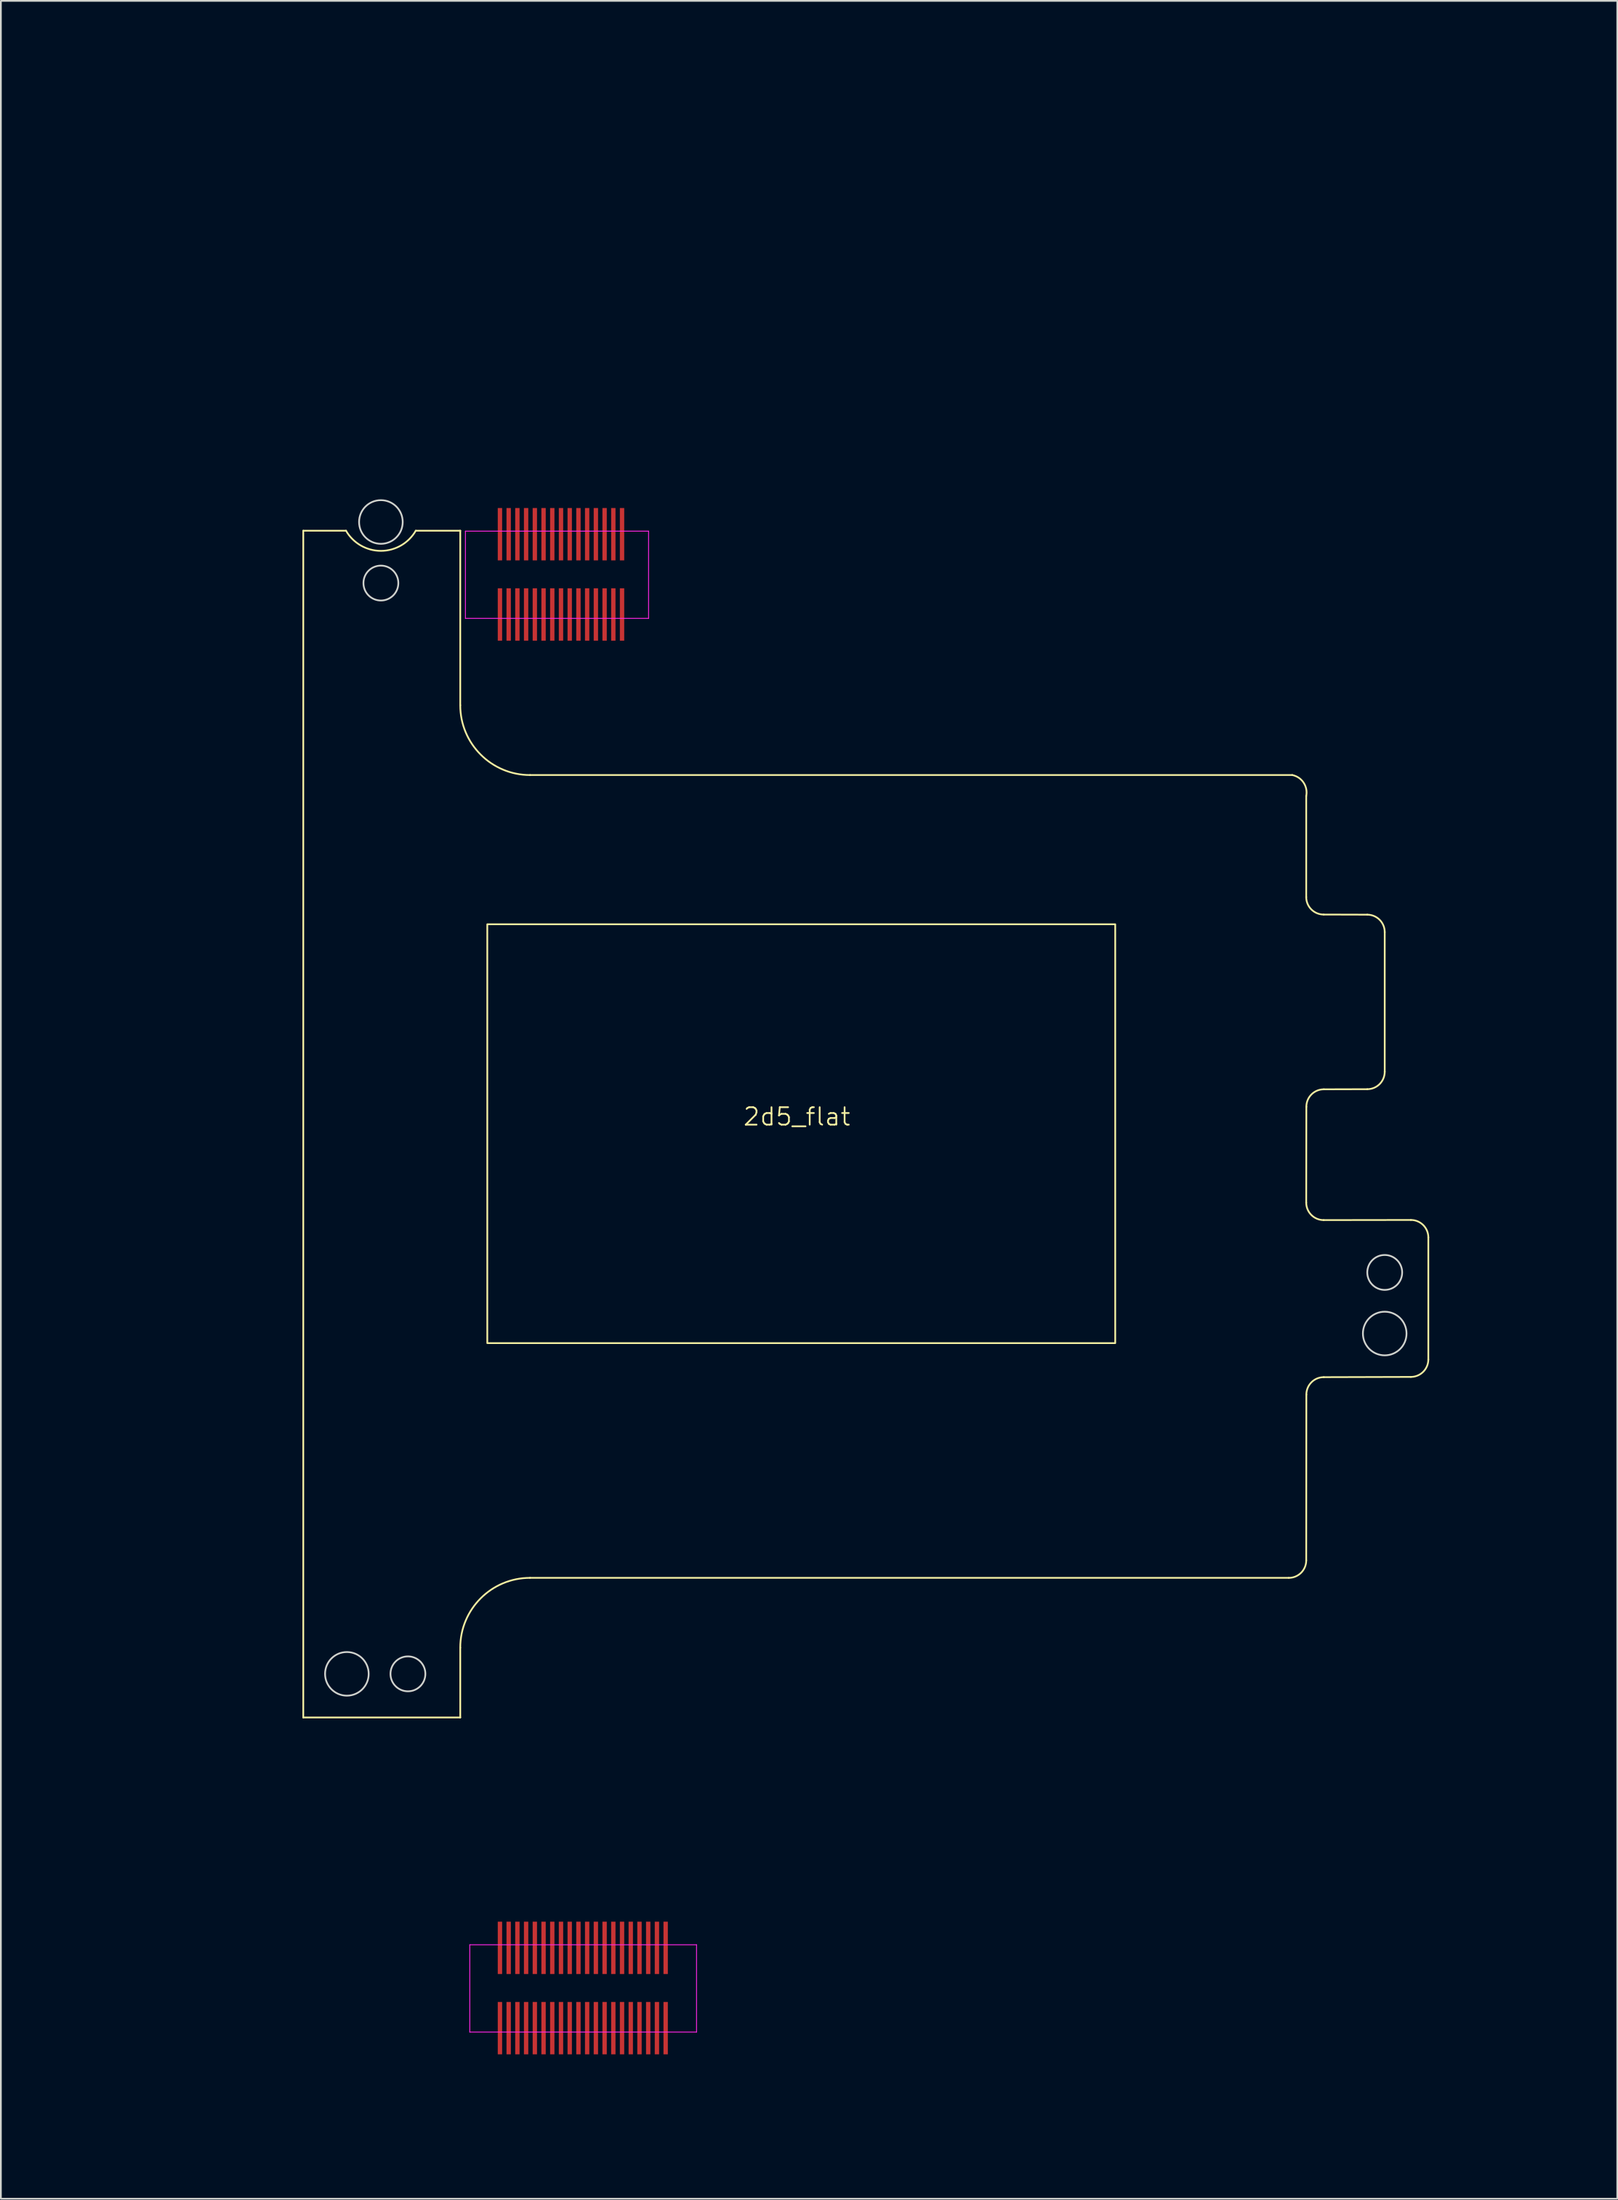
<source format=kicad_pcb>
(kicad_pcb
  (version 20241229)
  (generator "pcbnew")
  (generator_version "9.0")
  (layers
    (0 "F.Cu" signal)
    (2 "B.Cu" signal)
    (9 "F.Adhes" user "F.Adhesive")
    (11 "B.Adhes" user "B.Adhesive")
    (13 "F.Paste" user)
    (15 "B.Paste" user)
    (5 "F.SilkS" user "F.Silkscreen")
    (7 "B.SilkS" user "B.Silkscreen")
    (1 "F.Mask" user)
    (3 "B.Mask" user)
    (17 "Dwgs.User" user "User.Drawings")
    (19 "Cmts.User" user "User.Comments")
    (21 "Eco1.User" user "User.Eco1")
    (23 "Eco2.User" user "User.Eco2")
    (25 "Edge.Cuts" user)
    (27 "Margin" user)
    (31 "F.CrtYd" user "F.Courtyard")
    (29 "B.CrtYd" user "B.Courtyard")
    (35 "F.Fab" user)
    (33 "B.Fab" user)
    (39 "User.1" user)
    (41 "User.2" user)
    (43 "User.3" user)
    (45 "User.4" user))
  (footprint "2d5_flat"
    (layer "F.Cu")
    (at 42.883 61.883)
    (property "Reference" "2d5_flat" (at -0.25 -0.95 0) (unlocked yes) (layer "F.SilkS") (effects (font (size 1 1) (thickness 0.1))))
    (attr smd)
    (fp_line (start -28.546 -34.524) (end -26.096 -34.524) (stroke (width 0.1) (type default)) (layer "F.SilkS"))
    (fp_line (start -28.546 33.476) (end -28.546 -34.524) (stroke (width 0.1) (type default)) (layer "F.SilkS"))
    (fp_line (start -19.546 -34.524) (end -22.096 -34.524) (stroke (width 0.1) (type default)) (layer "F.SilkS"))
    (fp_line (start -19.546 -24.524) (end -19.546 -34.524) (stroke (width 0.1) (type default)) (layer "F.SilkS"))
    (fp_line (start -19.546 33.476) (end -28.546 33.476) (stroke (width 0.1) (type default)) (layer "F.SilkS"))
    (fp_line (start -19.546 33.476) (end -19.546 29.476) (stroke (width 0.1) (type default)) (layer "F.SilkS"))
    (fp_line (start -15.546 -20.524) (end 28.154 -20.524) (stroke (width 0.1) (type default)) (layer "F.SilkS"))
    (fp_line (start -15.546 25.476) (end 27.954 25.476) (stroke (width 0.1) (type default)) (layer "F.SilkS"))
    (fp_line (start 28.954 -19.324) (end 28.954 -13.531) (stroke (width 0.1) (type default)) (layer "F.SilkS"))
    (fp_line (start 28.961 14.976) (end 28.954 24.476) (stroke (width 0.1) (type default)) (layer "F.SilkS"))
    (fp_line (start 28.961 -1.517) (end 28.954 3.976) (stroke (width 0.1) (type default)) (layer "F.SilkS"))
    (fp_line (start 29.954 4.976) (end 34.954 4.969) (stroke (width 0.1) (type default)) (layer "F.SilkS"))
    (fp_line (start 29.954 -12.531) (end 32.454 -12.524) (stroke (width 0.1) (type default)) (layer "F.SilkS"))
    (fp_line (start 32.454 -2.524) (end 29.961 -2.517) (stroke (width 0.1) (type default)) (layer "F.SilkS"))
    (fp_line (start 33.454 -11.524) (end 33.454 -3.524) (stroke (width 0.1) (type default)) (layer "F.SilkS"))
    (fp_line (start 34.954 13.962) (end 29.961 13.976) (stroke (width 0.1) (type default)) (layer "F.SilkS"))
    (fp_line (start 35.954 5.969) (end 35.954 12.962) (stroke (width 0.1) (type default)) (layer "F.SilkS"))
    (fp_rect (start -17.996 -11.974) (end 18.004 12.026) (stroke (width 0.1) (type default)) (fill no) (layer "F.SilkS"))
    (fp_arc (start -22.096322 -34.524111) (mid -24.096322 -33.36941) (end -26.096322 -34.524111) (stroke (width 0.1) (type default)) (layer "F.SilkS"))
    (fp_arc (start -19.546322 29.475889) (mid -18.374749 26.647462) (end -15.546322 25.475889) (stroke (width 0.1) (type default)) (layer "F.SilkS"))
    (fp_arc (start -15.546322 -20.524111) (mid -18.374749 -21.695684) (end -19.546322 -24.524111) (stroke (width 0.1) (type default)) (layer "F.SilkS"))
    (fp_arc (start 28.15368 -20.52411) (mid 28.802206 -20.089795) (end 28.953677 -19.324111) (stroke (width 0.1) (type default)) (layer "F.SilkS"))
    (fp_arc (start 28.953682 24.475889) (mid 28.660789 25.182997) (end 27.953682 25.475889) (stroke (width 0.1) (type default)) (layer "F.SilkS"))
    (fp_arc (start 28.960784 14.975889) (mid 29.253678 14.268784) (end 29.960784 13.975889) (stroke (width 0.1) (type default)) (layer "F.SilkS"))
    (fp_arc (start 28.960785 -1.517005) (mid 29.253677 -2.224113) (end 29.960785 -2.517005) (stroke (width 0.1) (type default)) (layer "F.SilkS"))
    (fp_arc (start 29.953677 4.975889) (mid 29.246571 4.682995) (end 28.953677 3.975889) (stroke (width 0.1) (type default)) (layer "F.SilkS"))
    (fp_arc (start 29.953678 -12.531218) (mid 29.246574 -12.824112) (end 28.953678 -13.531218) (stroke (width 0.1) (type default)) (layer "F.SilkS"))
    (fp_arc (start 32.453678 -12.524111) (mid 33.160785 -12.231218) (end 33.453678 -11.524111) (stroke (width 0.1) (type default)) (layer "F.SilkS"))
    (fp_arc (start 33.453678 -3.524111) (mid 33.160785 -2.817004) (end 32.453678 -2.524111) (stroke (width 0.1) (type default)) (layer "F.SilkS"))
    (fp_arc (start 34.953678 4.968781) (mid 35.660788 5.261674) (end 35.953678 5.968781) (stroke (width 0.1) (type default)) (layer "F.SilkS"))
    (fp_arc (start 35.953678 12.961676) (mid 35.660789 13.668791) (end 34.953678 13.961676) (stroke (width 0.1) (type default)) (layer "F.SilkS"))
    (fp_circle (center -26.046 30.976) (end -26.046 29.726) (stroke (width 0.1) (type default)) (fill no) (layer "Edge.Cuts"))
    (fp_circle (center -24.096 -35.024) (end -22.846 -35.024) (stroke (width 0.1) (type default)) (fill no) (layer "Edge.Cuts"))
    (fp_circle (center -24.096 -31.524) (end -23.096 -31.524) (stroke (width 0.1) (type default)) (fill no) (layer "Edge.Cuts"))
    (fp_circle (center -22.546 30.976) (end -22.546 29.976) (stroke (width 0.1) (type default)) (fill no) (layer "Edge.Cuts"))
    (fp_circle (center 33.454 7.976) (end 32.454 7.976) (stroke (width 0.1) (type default)) (fill no) (layer "Edge.Cuts"))
    (fp_circle (center 33.454 11.476) (end 32.204 11.476) (stroke (width 0.1) (type default)) (fill no) (layer "Edge.Cuts"))
    (fp_line (start -19.25 -29.5) (end -19.25 -34.5) (stroke (width 0.05) (type default)) (layer "F.CrtYd"))
    (fp_line (start -19 46.5) (end -19 51.5) (stroke (width 0.05) (type default)) (layer "F.CrtYd"))
    (fp_line (start -19 46.5) (end -6 46.5) (stroke (width 0.05) (type default)) (layer "F.CrtYd"))
    (fp_line (start -19 51.5) (end -6 51.5) (stroke (width 0.05) (type default)) (layer "F.CrtYd"))
    (fp_line (start -8.75 -34.5) (end -19.25 -34.5) (stroke (width 0.05) (type default)) (layer "F.CrtYd"))
    (fp_line (start -8.75 -34.5) (end -8.75 -29.5) (stroke (width 0.05) (type default)) (layer "F.CrtYd"))
    (fp_line (start -8.75 -29.5) (end -19.25 -29.5) (stroke (width 0.05) (type default)) (layer "F.CrtYd"))
    (fp_line (start -6 46.5) (end -6 51.5) (stroke (width 0.05) (type default)) (layer "F.CrtYd"))
    (dimension (type aligned) (layer "User.1") (pts (xy 76.328 87.359) (xy 76.328 75.859)) (height -4.1) (format (prefix "") (suffix "") (units 3) (units_format 1) (precision 4)) (style (thickness 0.1) (arrow_length 1.27) (text_position_mode 0) (arrow_direction outward) (extension_height 0.586) (extension_offset 0.5) (keep_text_aligned yes)) (gr_text "11.5000 mm" (at 71.078 81.609 90) (layer "User.1") (effects (font (size 1 1) (thickness 0.15)))))
    (dimension (type aligned) (layer "User.1") (pts (xy 76.328 53.961) (xy 71.828 53.961)) (height -0.4) (format (prefix "") (suffix "") (units 3) (units_format 1) (precision 4)) (style (thickness 0.1) (arrow_length 1.27) (text_position_mode 0) (arrow_direction outward) (extension_height 0.586) (extension_offset 0.5) (keep_text_aligned yes)) (gr_text "4.5000 mm" (at 74.078 53.211 0) (layer "User.1") (effects (font (size 1 1) (thickness 0.15)))))
    (dimension (type aligned) (layer "User.1") (pts (xy 23.337 34.959) (xy 14.337 34.959)) (height 0) (format (prefix "") (suffix "") (units 3) (units_format 1) (precision 4)) (style (thickness 0.1) (arrow_length 1.27) (text_position_mode 0) (arrow_direction outward) (extension_height 0.586) (extension_offset 10) (keep_text_aligned yes)) (gr_text "9.0000 mm" (at 18.837 33.809 0) (layer "User.1") (effects (font (size 1 1) (thickness 0.15)))))
    (dimension (type aligned) (layer "User.1") (pts (xy 76.328 75.859) (xy 76.328 66.859)) (height -4.091) (format (prefix "") (suffix "") (units 3) (units_format 1) (precision 4)) (style (thickness 0.1) (arrow_length 1.27) (text_position_mode 0) (arrow_direction outward) (extension_height 0.586) (extension_offset 0.5) (keep_text_aligned yes)) (gr_text "9.0000 mm" (at 71.087 71.359 90) (layer "User.1") (effects (font (size 1 1) (thickness 0.15)))))
    (dimension (type aligned) (layer "User.1") (pts (xy 14.337 91.759) (xy 16.837 91.759)) (height 11.124) (format (prefix "") (suffix "") (units 3) (units_format 1) (precision 4)) (style (thickness 0.1) (arrow_length 1.27) (text_position_mode 2) (arrow_direction outward) (extension_height 0.586) (extension_offset 0.5) (keep_text_aligned yes)) (gr_text "2.5000 mm" (at 8.883 102.883 0) (layer "User.1") (effects (font (size 1 1) (thickness 0.1)))))
    (dimension (type aligned) (layer "User.1") (pts (xy 14.337 90.059) (xy 23.337 90.059)) (height 0) (format (prefix "") (suffix "") (units 3) (units_format 1) (precision 4)) (style (thickness 0.1) (arrow_length 1.27) (text_position_mode 0) (arrow_direction outward) (extension_height 0.586) (extension_offset 10) (keep_text_aligned yes)) (gr_text "9.0000 mm" (at 18.837 88.909 0) (layer "User.1") (effects (font (size 1 1) (thickness 0.15)))))
    (dimension (type aligned) (layer "User.1") (pts (xy 21.887 95.359) (xy 21.887 92.859)) (height 7.8) (format (prefix "") (suffix "") (units 3) (units_format 1) (precision 4)) (style (thickness 0.1) (arrow_length 1.27) (text_position_mode 2) (arrow_direction outward) (extension_height 0.586) (extension_offset 0.5) (keep_text_aligned yes)) (gr_text "2.5000 mm" (at 31.383 94.109 90) (layer "User.1") (effects (font (size 1 1) (thickness 0.1)))))
    (dimension (type aligned) (layer "User.1") (pts (xy 29.637 110.859) (xy 29.637 87.359)) (height 17.1) (format (prefix "") (suffix "") (units 3) (units_format 1) (precision 4)) (style (thickness 0.1) (arrow_length 1.27) (text_position_mode 0) (arrow_direction outward) (extension_height 0.586) (extension_offset 0.5) (keep_text_aligned yes)) (gr_text "23.5000 mm" (at 45.637 99.109 90) (layer "User.1") (effects (font (size 1 1) (thickness 0.1)))))
    (dimension (type aligned) (layer "User.1") (pts (xy 29.637 29.859) (xy 29.637 110.859)) (height 5.796) (format (prefix "") (suffix "") (units 3) (units_format 1) (precision 4)) (style (thickness 0.1) (arrow_length 1.27) (text_position_mode 2) (arrow_direction outward) (extension_height 0.586) (extension_offset 0.5) (keep_text_aligned yes)) (gr_text "81.0000 mm" (at 23.383 65.383 90) (layer "User.1") (effects (font (size 1 1) (thickness 0.15)))))
    (dimension (type aligned) (layer "User.1") (pts (xy 29.637 29.859) (xy 29.637 41.359)) (height -11.9) (format (prefix "") (suffix "") (units 3) (units_format 1) (precision 4)) (style (thickness 0.1) (arrow_length 1.27) (text_position_mode 0) (arrow_direction outward) (extension_height 0.586) (extension_offset 0.5) (keep_text_aligned yes)) (gr_text "11.5000 mm" (at 40.437 35.609 90) (layer "User.1") (effects (font (size 1 1) (thickness 0.1)))))
    (dimension (type aligned) (layer "User.1") (pts (xy 36.187 41.359) (xy 36.187 27.359)) (height 1.981) (format (prefix "") (suffix "") (units 3) (units_format 1) (precision 4)) (style (thickness 0.1) (arrow_length 1.27) (text_position_mode 0) (arrow_direction outward) (extension_height 0.586) (extension_offset 0.5) (keep_text_aligned yes)) (gr_text "14.0000 mm" (at 37.019 34.359 90) (layer "User.1") (effects (font (size 1 1) (thickness 0.15)))))
    (dimension (type aligned) (layer "User.1") (pts (xy 36.187 27.359) (xy 36.187 49.859)) (height -10.3) (format (prefix "") (suffix "") (units 3) (units_format 1) (precision 4)) (style (thickness 0.1) (arrow_length 1.27) (text_position_mode 0) (arrow_direction outward) (extension_height 0.586) (extension_offset 0.5) (keep_text_aligned yes)) (gr_text "22.5000 mm" (at 45.387 38.609 90) (layer "User.1") (effects (font (size 1 1) (thickness 0.1)))))
    (dimension (type aligned) (layer "User.1") (pts (xy 25.337 108.559) (xy 14.337 108.559)) (height 91.8) (format (prefix "") (suffix "") (units 3) (units_format 1) (precision 4)) (style (thickness 0.1) (arrow_length 1.27) (text_position_mode 0) (arrow_direction outward) (extension_height 0.586) (extension_offset 0.5) (keep_text_aligned yes)) (gr_text "11.0000 mm" (at 19.837 15.609 0) (layer "User.1") (effects (font (size 1 1) (thickness 0.15)))))
    (dimension (type aligned) (layer "User.1") (pts (xy 24.887 60.859) (xy 42.887 60.859)) (height 6.8) (format (prefix "") (suffix "") (units 3) (units_format 1) (precision 4)) (style (thickness 0.1) (arrow_length 1.27) (text_position_mode 0) (arrow_direction outward) (extension_height 0.586) (extension_offset 0.5) (keep_text_aligned yes)) (gr_text "18.0000 mm" (at 33.887 66.509 0) (layer "User.1") (effects (font (size 1 1) (thickness 0.15)))))
    (dimension (type aligned) (layer "User.1") (pts (xy 18.437 87.359) (xy 18.437 95.359)) (height 8.304) (format (prefix "") (suffix "") (units 3) (units_format 1) (precision 4)) (style (thickness 0.1) (arrow_length 1.27) (text_position_mode 0) (arrow_direction outward) (extension_height 0.586) (extension_offset 0.5) (keep_text_aligned yes)) (gr_text "8.0000 mm" (at 8.983 91.359 90) (layer "User.1") (effects (font (size 1 1) (thickness 0.15)))))
    (dimension (type aligned) (layer "User.1") (pts (xy 36.737 49.909) (xy 36.737 61.909)) (height -15.4) (format (prefix "") (suffix "") (units 3) (units_format 1) (precision 4)) (style (thickness 0.1) (arrow_length 1.27) (text_position_mode 0) (arrow_direction outward) (extension_height 0.586) (extension_offset 0.5) (keep_text_aligned yes)) (gr_text "12.0000 mm" (at 50.987 55.909 90) (layer "User.1") (effects (font (size 1 1) (thickness 0.15)))))
    (dimension (type aligned) (layer "User.1") (pts (xy 14.337 35.509) (xy 18.787 35.509)) (height -11.626) (format (prefix "") (suffix "") (units 3) (units_format 1) (precision 4)) (style (thickness 0.1) (arrow_length 1.27) (text_position_mode 2) (arrow_direction outward) (extension_height 0.586) (extension_offset 0.5) (keep_text_aligned yes)) (gr_text "4.4500 mm" (at 9.383 23.883 0) (layer "User.1") (effects (font (size 1 1) (thickness 0.1)))))
    (dimension (type aligned) (layer "User.1") (pts (xy 16.337 27.359) (xy 16.337 30.359)) (height 7.971) (format (prefix "") (suffix "") (units 3) (units_format 1) (precision 4)) (style (thickness 0.1) (arrow_length 1.27) (text_position_mode 2) (arrow_direction outward) (extension_height 0.586) (extension_offset 0.5) (keep_text_aligned yes)) (gr_text "3.0000 mm" (at 8.383 35.383 90) (layer "User.1") (effects (font (size 1 1) (thickness 0.1)))))
    (dimension (type aligned) (layer "User.1") (pts (xy 78.837 64.759) (xy 60.837 64.709)) (height 16.676) (format (prefix "") (suffix "") (units 3) (units_format 1) (precision 4)) (style (thickness 0.1) (arrow_length 1.27) (text_position_mode 0) (arrow_direction outward) (extension_height 0.586) (extension_offset 0.5) (keep_text_aligned yes)) (gr_text "18.0001 mm" (at 69.887 46.908 -0.159) (layer "User.1") (effects (font (size 1 1) (thickness 0.15)))))
    (dimension (type aligned) (layer "User.1") (pts (xy 75.587 75.859) (xy 75.587 73.359)) (height 7.8) (format (prefix "") (suffix "") (units 3) (units_format 1) (precision 4)) (style (thickness 0.1) (arrow_length 1.27) (text_position_mode 0) (arrow_direction outward) (extension_height 0.586) (extension_offset 0.5) (keep_text_aligned yes)) (gr_text "2.5000 mm" (at 82.287 74.609 90) (layer "User.1") (effects (font (size 1 1) (thickness 0.1)))))
    (dimension (type aligned) (layer "User.1") (pts (xy 34.787 108.559) (xy 71.837 108.559)) (height 9.839) (format (prefix "") (suffix "") (units 3) (units_format 1) (precision 4)) (style (thickness 0.1) (arrow_length 1.27) (text_position_mode 0) (arrow_direction outward) (extension_height 0.586) (extension_offset 0.5) (keep_text_aligned yes)) (gr_text "37.0500 mm" (at 53.312 117.298 0) (layer "User.1") (effects (font (size 1 1) (thickness 0.1)))))
    (dimension (type aligned) (layer "User.1") (pts (xy 78.837 70.859) (xy 71.837 70.859)) (height -1.7) (format (prefix "") (suffix "") (units 3) (units_format 1) (precision 4)) (style (thickness 0.1) (arrow_length 1.27) (text_position_mode 0) (arrow_direction outward) (extension_height 0.586) (extension_offset 0.5) (keep_text_aligned yes)) (gr_text "7.0000 mm" (at 75.337 71.409 0) (layer "User.1") (effects (font (size 1 1) (thickness 0.15)))))
    (dimension (type aligned) (layer "User.1") (pts (xy 76.328 59.359) (xy 76.328 49.359)) (height -4.1) (format (prefix "") (suffix "") (units 3) (units_format 1) (precision 4)) (style (thickness 0.1) (arrow_length 1.27) (text_position_mode 0) (arrow_direction outward) (extension_height 0.586) (extension_offset 0.5) (keep_text_aligned yes)) (gr_text "10.0000 mm" (at 71.078 54.359 90) (layer "User.1") (effects (font (size 1 1) (thickness 0.15)))))
    (dimension (type aligned) (layer "User.1") (pts (xy 76.328 66.859) (xy 76.328 59.359)) (height -4.1) (format (prefix "") (suffix "") (units 3) (units_format 1) (precision 4)) (style (thickness 0.1) (arrow_length 1.27) (text_position_mode 0) (arrow_direction outward) (extension_height 0.586) (extension_offset 0.5) (keep_text_aligned yes)) (gr_text "7.5000 mm" (at 71.078 63.109 90) (layer "User.1") (effects (font (size 1 1) (thickness 0.15)))))
    (dimension (type aligned) (layer "User.1") (pts (xy 78.837 72.559) (xy 76.337 72.559)) (height 7.8) (format (prefix "") (suffix "") (units 3) (units_format 1) (precision 4)) (style (thickness 0.1) (arrow_length 1.27) (text_position_mode 0) (arrow_direction outward) (extension_height 0.586) (extension_offset 0.5) (keep_text_aligned yes)) (gr_text "2.5000 mm" (at 77.587 63.659 0) (layer "User.1") (effects (font (size 1 1) (thickness 0.1)))))
    (dimension (type aligned) (layer "User.1") (pts (xy 22.687 30.359) (xy 22.687 26.859)) (height -18.332) (format (prefix "") (suffix "") (units 3) (units_format 1) (precision 4)) (style (thickness 0.1) (arrow_length 1.27) (text_position_mode 2) (arrow_direction outward) (extension_height 0.586) (extension_offset 0.5) (keep_text_aligned yes)) (gr_text "3.5000 mm" (at 4.383 35.383 90) (layer "User.1") (effects (font (size 1 1) (thickness 0.1)))))
    (dimension (type aligned) (layer "User.2") (pts (xy 71.837 120.382) (xy 14.337 120.385)) (height 118.523) (format (prefix "") (suffix "") (units 3) (units_format 1) (precision 4)) (style (thickness 0.1) (arrow_length 1.27) (text_position_mode 0) (arrow_direction outward) (extension_height 0.586) (extension_offset 0.5) (keep_text_aligned yes)) (gr_text "57.5000 mm" (at 43.08 0.76 0.004) (layer "User.2") (effects (font (size 1 1) (thickness 0.1)))))
    (pad "C3" smd rect (at -10.271 -34.324 180) (size 0.25 3) (layers "F.Cu" "F.Mask" "F.Paste"))
    (pad "C4" smd rect (at -10.771 -34.324 180) (size 0.25 3) (layers "F.Cu" "F.Mask" "F.Paste"))
    (pad "C5" smd rect (at -11.271 -34.324 180) (size 0.25 3) (layers "F.Cu" "F.Mask" "F.Paste"))
    (pad "C6" smd rect (at -11.771 -34.324 180) (size 0.25 3) (layers "F.Cu" "F.Mask" "F.Paste"))
    (pad "C7" smd rect (at -12.271 -34.324 180) (size 0.25 3) (layers "F.Cu" "F.Mask" "F.Paste"))
    (pad "C8" smd rect (at -12.771 -34.324 180) (size 0.25 3) (layers "F.Cu" "F.Mask" "F.Paste"))
    (pad "C9" smd rect (at -13.271 -34.324 180) (size 0.25 3) (layers "F.Cu" "F.Mask" "F.Paste"))
    (pad "C10" smd rect (at -13.771 -34.324 180) (size 0.25 3) (layers "F.Cu" "F.Mask" "F.Paste"))
    (pad "C11" smd rect (at -14.271 -34.324 180) (size 0.25 3) (layers "F.Cu" "F.Mask" "F.Paste"))
    (pad "C12" smd rect (at -14.771 -34.324 180) (size 0.25 3) (layers "F.Cu" "F.Mask" "F.Paste"))
    (pad "C13" smd rect (at -15.271 -34.324 180) (size 0.25 3) (layers "F.Cu" "F.Mask" "F.Paste"))
    (pad "C14" smd rect (at -15.771 -34.324 180) (size 0.25 3) (layers "F.Cu" "F.Mask" "F.Paste"))
    (pad "C15" smd rect (at -16.271 -34.324 180) (size 0.25 3) (layers "F.Cu" "F.Mask" "F.Paste"))
    (pad "C16" smd rect (at -16.771 -34.324 180) (size 0.25 3) (layers "F.Cu" "F.Mask" "F.Paste"))
    (pad "C17" smd rect (at -17.271 -34.324 180) (size 0.25 3) (layers "F.Cu" "F.Mask" "F.Paste"))
    (pad "D3" smd rect (at -10.271 -29.724 180) (size 0.25 3) (layers "F.Cu" "F.Mask" "F.Paste"))
    (pad "D4" smd rect (at -10.771 -29.724 180) (size 0.25 3) (layers "F.Cu" "F.Mask" "F.Paste"))
    (pad "D5" smd rect (at -11.271 -29.724 180) (size 0.25 3) (layers "F.Cu" "F.Mask" "F.Paste"))
    (pad "D6" smd rect (at -11.771 -29.724 180) (size 0.25 3) (layers "F.Cu" "F.Mask" "F.Paste"))
    (pad "D7" smd rect (at -12.271 -29.724 180) (size 0.25 3) (layers "F.Cu" "F.Mask" "F.Paste"))
    (pad "D8" smd rect (at -12.771 -29.724 180) (size 0.25 3) (layers "F.Cu" "F.Mask" "F.Paste"))
    (pad "D9" smd rect (at -13.271 -29.724 180) (size 0.25 3) (layers "F.Cu" "F.Mask" "F.Paste"))
    (pad "D10" smd rect (at -13.771 -29.724 180) (size 0.25 3) (layers "F.Cu" "F.Mask" "F.Paste"))
    (pad "D11" smd rect (at -14.271 -29.724 180) (size 0.25 3) (layers "F.Cu" "F.Mask" "F.Paste"))
    (pad "D12" smd rect (at -14.771 -29.724 180) (size 0.25 3) (layers "F.Cu" "F.Mask" "F.Paste"))
    (pad "D13" smd rect (at -15.271 -29.724 180) (size 0.25 3) (layers "F.Cu" "F.Mask" "F.Paste"))
    (pad "D14" smd rect (at -15.771 -29.724 180) (size 0.25 3) (layers "F.Cu" "F.Mask" "F.Paste"))
    (pad "D15" smd rect (at -16.271 -29.724 180) (size 0.25 3) (layers "F.Cu" "F.Mask" "F.Paste"))
    (pad "D16" smd rect (at -16.771 -29.724 180) (size 0.25 3) (layers "F.Cu" "F.Mask" "F.Paste"))
    (pad "D17" smd rect (at -17.271 -29.724 180) (size 0.25 3) (layers "F.Cu" "F.Mask" "F.Paste"))
    (pad "I3" smd rect (at -7.771 46.676 180) (size 0.25 3) (layers "F.Cu" "F.Mask" "F.Paste"))
    (pad "I4" smd rect (at -8.271 46.676 180) (size 0.25 3) (layers "F.Cu" "F.Mask" "F.Paste"))
    (pad "I5" smd rect (at -8.771 46.676 180) (size 0.25 3) (layers "F.Cu" "F.Mask" "F.Paste"))
    (pad "I6" smd rect (at -9.271 46.676 180) (size 0.25 3) (layers "F.Cu" "F.Mask" "F.Paste"))
    (pad "I7" smd rect (at -9.771 46.676 180) (size 0.25 3) (layers "F.Cu" "F.Mask" "F.Paste"))
    (pad "I8" smd rect (at -10.271 46.676 180) (size 0.25 3) (layers "F.Cu" "F.Mask" "F.Paste"))
    (pad "I9" smd rect (at -10.771 46.676 180) (size 0.25 3) (layers "F.Cu" "F.Mask" "F.Paste"))
    (pad "I10" smd rect (at -11.271 46.676 180) (size 0.25 3) (layers "F.Cu" "F.Mask" "F.Paste"))
    (pad "I11" smd rect (at -11.771 46.676 180) (size 0.25 3) (layers "F.Cu" "F.Mask" "F.Paste"))
    (pad "I12" smd rect (at -12.271 46.676 180) (size 0.25 3) (layers "F.Cu" "F.Mask" "F.Paste"))
    (pad "I13" smd rect (at -12.771 46.676 180) (size 0.25 3) (layers "F.Cu" "F.Mask" "F.Paste"))
    (pad "I14" smd rect (at -13.271 46.676 180) (size 0.25 3) (layers "F.Cu" "F.Mask" "F.Paste"))
    (pad "I15" smd rect (at -13.771 46.676 180) (size 0.25 3) (layers "F.Cu" "F.Mask" "F.Paste"))
    (pad "I16" smd rect (at -14.271 46.676 180) (size 0.25 3) (layers "F.Cu" "F.Mask" "F.Paste"))
    (pad "I17" smd rect (at -14.771 46.676 180) (size 0.25 3) (layers "F.Cu" "F.Mask" "F.Paste"))
    (pad "I18" smd rect (at -15.271 46.676 180) (size 0.25 3) (layers "F.Cu" "F.Mask" "F.Paste"))
    (pad "I19" smd rect (at -15.771 46.676 180) (size 0.25 3) (layers "F.Cu" "F.Mask" "F.Paste"))
    (pad "I20" smd rect (at -16.271 46.676 180) (size 0.25 3) (layers "F.Cu" "F.Mask" "F.Paste"))
    (pad "I21" smd rect (at -16.771 46.676 180) (size 0.25 3) (layers "F.Cu" "F.Mask" "F.Paste"))
    (pad "I22" smd rect (at -17.271 46.676 180) (size 0.25 3) (layers "F.Cu" "F.Mask" "F.Paste"))
    (pad "J3" smd rect (at -7.771 51.276 180) (size 0.25 3) (layers "F.Cu" "F.Mask" "F.Paste"))
    (pad "J4" smd rect (at -8.271 51.276 180) (size 0.25 3) (layers "F.Cu" "F.Mask" "F.Paste"))
    (pad "J5" smd rect (at -8.771 51.276 180) (size 0.25 3) (layers "F.Cu" "F.Mask" "F.Paste"))
    (pad "J6" smd rect (at -9.271 51.276 180) (size 0.25 3) (layers "F.Cu" "F.Mask" "F.Paste"))
    (pad "J7" smd rect (at -9.771 51.276 180) (size 0.25 3) (layers "F.Cu" "F.Mask" "F.Paste"))
    (pad "J8" smd rect (at -10.271 51.276 180) (size 0.25 3) (layers "F.Cu" "F.Mask" "F.Paste"))
    (pad "J9" smd rect (at -10.771 51.276 180) (size 0.25 3) (layers "F.Cu" "F.Mask" "F.Paste"))
    (pad "J10" smd rect (at -11.271 51.276 180) (size 0.25 3) (layers "F.Cu" "F.Mask" "F.Paste"))
    (pad "J11" smd rect (at -11.771 51.276 180) (size 0.25 3) (layers "F.Cu" "F.Mask" "F.Paste"))
    (pad "J12" smd rect (at -12.271 51.276 180) (size 0.25 3) (layers "F.Cu" "F.Mask" "F.Paste"))
    (pad "J13" smd rect (at -12.771 51.276 180) (size 0.25 3) (layers "F.Cu" "F.Mask" "F.Paste"))
    (pad "J14" smd rect (at -13.271 51.276 180) (size 0.25 3) (layers "F.Cu" "F.Mask" "F.Paste"))
    (pad "J15" smd rect (at -13.771 51.276 180) (size 0.25 3) (layers "F.Cu" "F.Mask" "F.Paste"))
    (pad "J16" smd rect (at -14.271 51.276 180) (size 0.25 3) (layers "F.Cu" "F.Mask" "F.Paste"))
    (pad "J17" smd rect (at -14.771 51.276 180) (size 0.25 3) (layers "F.Cu" "F.Mask" "F.Paste"))
    (pad "J18" smd rect (at -15.271 51.276 180) (size 0.25 3) (layers "F.Cu" "F.Mask" "F.Paste"))
    (pad "J19" smd rect (at -15.771 51.276 180) (size 0.25 3) (layers "F.Cu" "F.Mask" "F.Paste"))
    (pad "J20" smd rect (at -16.271 51.276 180) (size 0.25 3) (layers "F.Cu" "F.Mask" "F.Paste"))
    (pad "J21" smd rect (at -16.771 51.276 180) (size 0.25 3) (layers "F.Cu" "F.Mask" "F.Paste"))
    (pad "J22" smd rect (at -17.271 51.276 180) (size 0.25 3) (layers "F.Cu" "F.Mask" "F.Paste")))
  (gr_rect
    (start -3 -3)
    (end 89.67 122.935)
    (stroke (width 0.1) (type default))
    (fill no)
    (layer "Edge.Cuts")))
</source>
